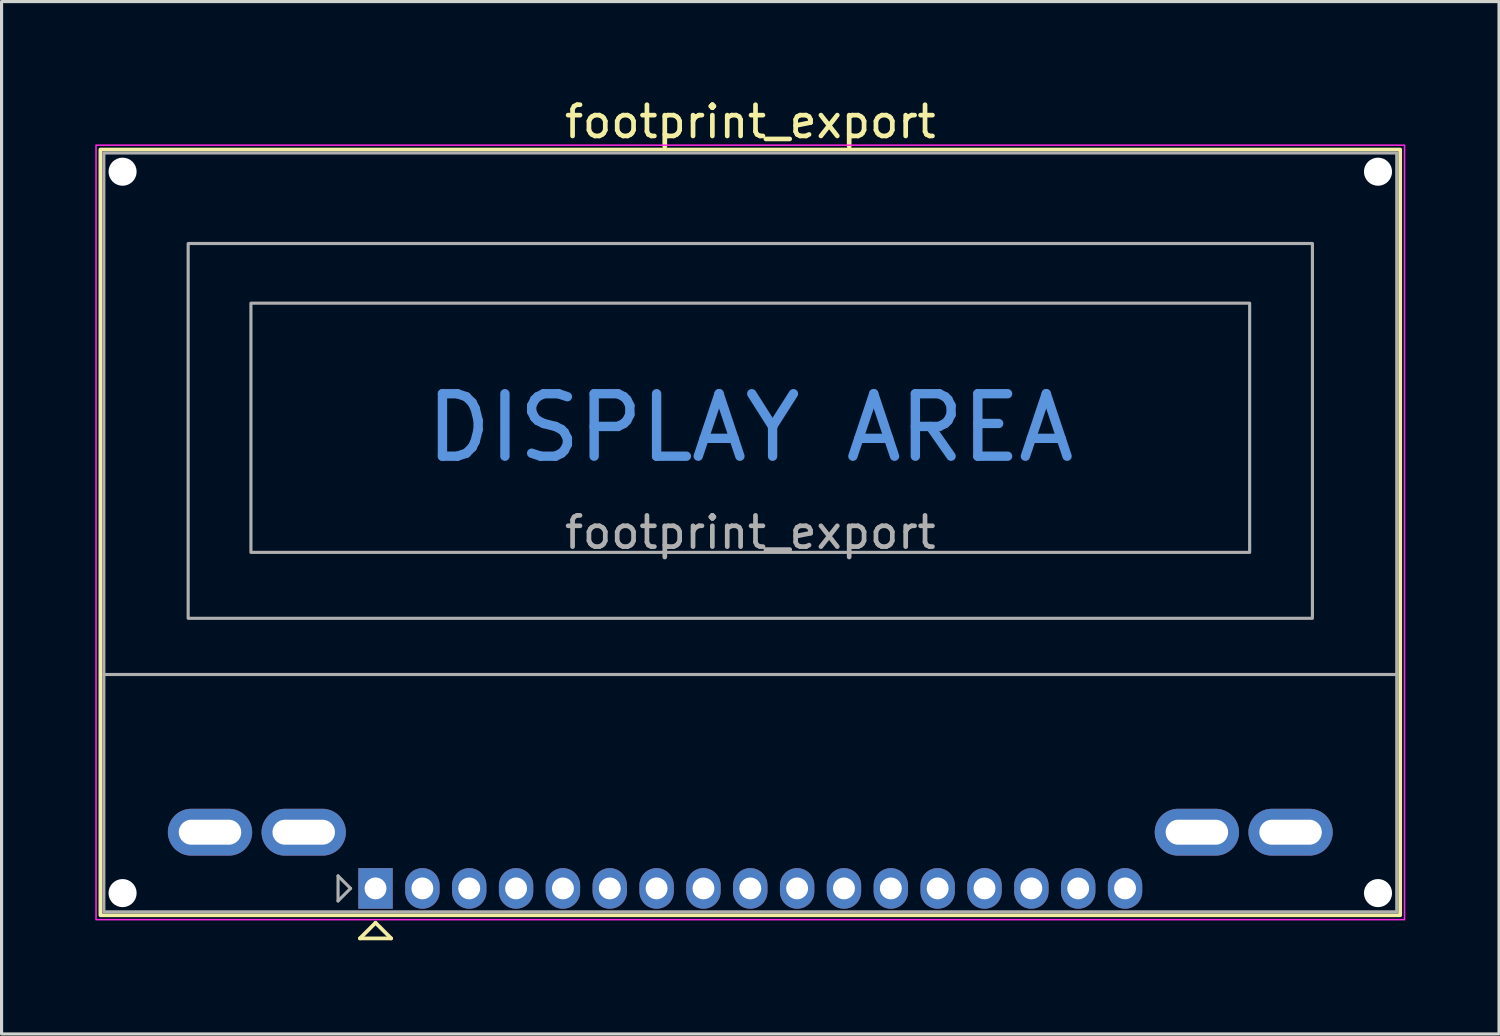
<source format=kicad_pcb>
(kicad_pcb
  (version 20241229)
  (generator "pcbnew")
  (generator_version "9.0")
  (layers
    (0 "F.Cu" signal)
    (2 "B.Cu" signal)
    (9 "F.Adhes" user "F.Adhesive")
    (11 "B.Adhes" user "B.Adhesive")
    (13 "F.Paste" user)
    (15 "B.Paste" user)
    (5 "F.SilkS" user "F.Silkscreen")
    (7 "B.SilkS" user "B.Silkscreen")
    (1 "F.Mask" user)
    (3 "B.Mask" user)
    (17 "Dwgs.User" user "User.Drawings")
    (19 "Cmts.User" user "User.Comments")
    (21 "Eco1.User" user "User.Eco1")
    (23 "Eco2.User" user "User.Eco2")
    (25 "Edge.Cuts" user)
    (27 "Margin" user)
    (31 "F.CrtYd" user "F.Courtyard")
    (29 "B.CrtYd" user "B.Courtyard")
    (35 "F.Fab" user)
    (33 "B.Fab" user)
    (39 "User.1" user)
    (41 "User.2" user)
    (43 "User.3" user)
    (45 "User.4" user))
  (footprint "footprint_export"
    (layer "F.Cu")
    (at 8.975 25.398)
    (property "Reference" "footprint_export" (at 12 -24.55 0) (unlocked yes) (layer "F.SilkS") (effects (font (size 1 1) (thickness 0.15))))
    (attr through_hole)
    (fp_line (start -0.5 1.6) (end 0 1.1) (stroke (width 0.12) (type solid)) (layer "F.SilkS"))
    (fp_line (start 0 1.1) (end 0.5 1.6) (stroke (width 0.12) (type solid)) (layer "F.SilkS"))
    (fp_line (start 0.5 1.6) (end -0.5 1.6) (stroke (width 0.12) (type solid)) (layer "F.SilkS"))
    (fp_rect (start -8.81 -23.66) (end 32.81 0.86) (stroke (width 0.12) (type solid)) (fill no) (layer "F.SilkS"))
    (fp_rect (start -8.95 -23.8) (end 32.95 1) (stroke (width 0.05) (type solid)) (fill no) (layer "F.CrtYd"))
    (fp_line (start -8.7 -6.85) (end 32.7 -6.85) (stroke (width 0.1) (type solid)) (layer "F.Fab"))
    (fp_line (start -1.2 -0.4) (end -1.2 0.4) (stroke (width 0.1) (type solid)) (layer "F.Fab"))
    (fp_line (start -1.2 0.4) (end -0.8 0) (stroke (width 0.1) (type solid)) (layer "F.Fab"))
    (fp_line (start -0.8 0) (end -1.2 -0.4) (stroke (width 0.1) (type solid)) (layer "F.Fab"))
    (fp_rect (start -8.7 -23.55) (end 32.7 0.75) (stroke (width 0.1) (type solid)) (fill no) (layer "F.Fab"))
    (fp_rect (start -6 -20.65) (end 30 -8.65) (stroke (width 0.1) (type solid)) (fill no) (layer "F.Fab"))
    (fp_rect (start -3.99 -18.74) (end 27.99 -10.76) (stroke (width 0.1) (type solid)) (fill no) (layer "F.Fab"))
    (fp_text user "DISPLAY AREA" (at 12 -14.75 0) (unlocked yes) (layer "Cmts.User") (effects (font (size 2 2) (thickness 0.3))))
    (fp_text user "${REFERENCE}" (at 12 -11.4 0) (unlocked yes) (layer "F.Fab") (effects (font (size 1 1) (thickness 0.15))))
    (pad "" np_thru_hole circle (at -8.1 -22.95) (size 0.9 0.9) (drill 0.9) (layers "*.Cu" "*.Mask"))
    (pad "" np_thru_hole circle (at -8.1 0.15) (size 0.9 0.9) (drill 0.9) (layers "*.Cu" "*.Mask"))
    (pad "" np_thru_hole circle (at 32.1 -22.95) (size 0.9 0.9) (drill 0.9) (layers "*.Cu" "*.Mask"))
    (pad "" np_thru_hole circle (at 32.1 0.15) (size 0.9 0.9) (drill 0.9) (layers "*.Cu" "*.Mask"))
    (pad "1" thru_hole rect (at 0 0) (size 1.1 1.3) (drill 0.7) (layers "*.Cu" "*.Mask"))
    (pad "2" thru_hole oval (at 1.5 0) (size 1.1 1.3) (drill 0.7) (layers "*.Cu" "*.Mask"))
    (pad "3" thru_hole oval (at 3 0) (size 1.1 1.3) (drill 0.7) (layers "*.Cu" "*.Mask"))
    (pad "4" thru_hole oval (at 4.5 0) (size 1.1 1.3) (drill 0.7) (layers "*.Cu" "*.Mask"))
    (pad "5" thru_hole oval (at 6 0) (size 1.1 1.3) (drill 0.7) (layers "*.Cu" "*.Mask"))
    (pad "6" thru_hole oval (at 7.5 0) (size 1.1 1.3) (drill 0.7) (layers "*.Cu" "*.Mask"))
    (pad "7" thru_hole oval (at 9 0) (size 1.1 1.3) (drill 0.7) (layers "*.Cu" "*.Mask"))
    (pad "8" thru_hole oval (at 10.5 0) (size 1.1 1.3) (drill 0.7) (layers "*.Cu" "*.Mask"))
    (pad "9" thru_hole oval (at 12 0) (size 1.1 1.3) (drill 0.7) (layers "*.Cu" "*.Mask"))
    (pad "10" thru_hole oval (at 13.5 0) (size 1.1 1.3) (drill 0.7) (layers "*.Cu" "*.Mask"))
    (pad "11" thru_hole oval (at 15 0) (size 1.1 1.3) (drill 0.7) (layers "*.Cu" "*.Mask"))
    (pad "12" thru_hole oval (at 16.5 0) (size 1.1 1.3) (drill 0.7) (layers "*.Cu" "*.Mask"))
    (pad "13" thru_hole oval (at 18 0) (size 1.1 1.3) (drill 0.7) (layers "*.Cu" "*.Mask"))
    (pad "14" thru_hole oval (at 19.5 0) (size 1.1 1.3) (drill 0.7) (layers "*.Cu" "*.Mask"))
    (pad "15" thru_hole oval (at 21 0) (size 1.1 1.3) (drill 0.7) (layers "*.Cu" "*.Mask"))
    (pad "16" thru_hole oval (at 22.5 0) (size 1.1 1.3) (drill 0.7) (layers "*.Cu" "*.Mask"))
    (pad "17" thru_hole oval (at 24 0) (size 1.1 1.3) (drill 0.7) (layers "*.Cu" "*.Mask"))
    (pad "18" thru_hole oval (at -5.3 -1.8) (size 2.7 1.5) (drill oval 2 0.8) (layers "*.Cu" "*.Mask"))
    (pad "19" thru_hole oval (at -2.3 -1.8) (size 2.7 1.5) (drill oval 2 0.8) (layers "*.Cu" "*.Mask"))
    (pad "20" thru_hole oval (at 26.3 -1.8) (size 2.7 1.5) (drill oval 2 0.8) (layers "*.Cu" "*.Mask"))
    (pad "21" thru_hole oval (at 29.3 -1.8) (size 2.7 1.5) (drill oval 2 0.8) (layers "*.Cu" "*.Mask")))
  (gr_rect
    (start -3 -3)
    (end 44.95 30.058)
    (stroke (width 0.1) (type default))
    (fill no)
    (layer "Edge.Cuts")))
</source>
